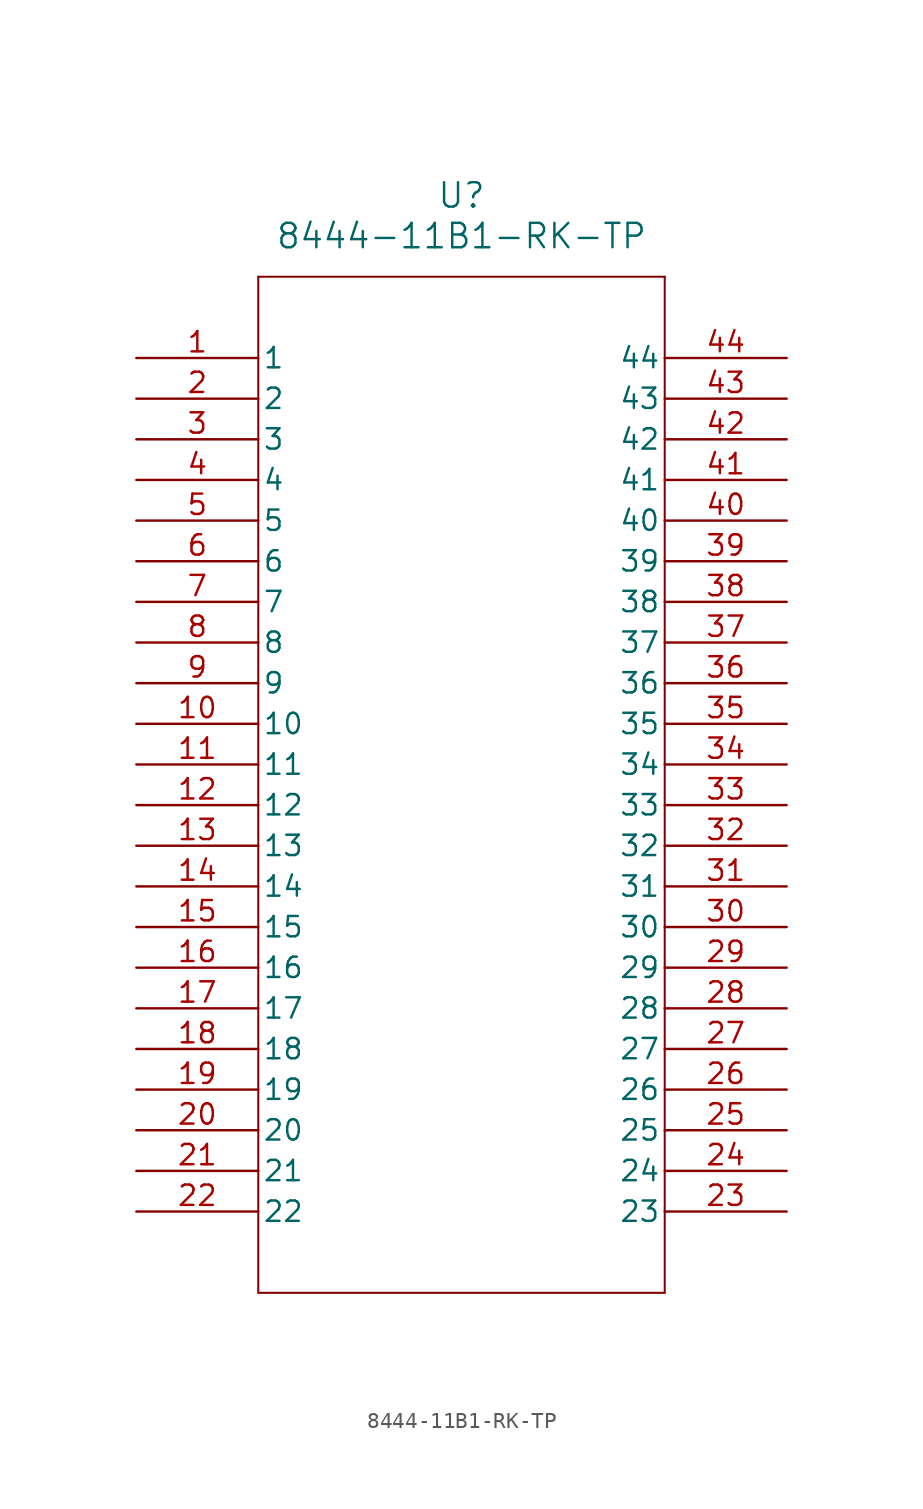
<source format=kicad_sym>
(kicad_symbol_lib
  (version 20211014)
  (generator kicad_symbol_editor)
  (symbol "8444-11B1-RK-TP"
    (pin_names
      (offset 0.254))
    (property "Reference" "U"
      (at 20.32 10.16 0)
      (effects (font (size 1.524 1.524))))
    (property "Value" "8444-11B1-RK-TP"
      (at 20.32 7.62 0)
      (effects (font (size 1.524 1.524))))
    (symbol "8444-11B1-RK-TP_0_1"
      (polyline (pts (xy 7.62 5.08) (xy 7.62 -58.42)) (stroke (width 0.127) (type default) (color 0 0 0 0)) (fill (type none)))
      (polyline (pts (xy 7.62 -58.42) (xy 33.02 -58.42)) (stroke (width 0.127) (type default) (color 0 0 0 0)) (fill (type none)))
      (polyline (pts (xy 33.02 -58.42) (xy 33.02 5.08)) (stroke (width 0.127) (type default) (color 0 0 0 0)) (fill (type none)))
      (polyline (pts (xy 33.02 5.08) (xy 7.62 5.08)) (stroke (width 0.127) (type default) (color 0 0 0 0)) (fill (type none)))
      (pin unspecified line (at 0 0 0) (length 7.62) (name "1" (effects (font (size 1.27 1.27)))) (number "1" (effects (font (size 1.27 1.27)))))
      (pin unspecified line (at 0 -2.54 0) (length 7.62) (name "2" (effects (font (size 1.27 1.27)))) (number "2" (effects (font (size 1.27 1.27)))))
      (pin unspecified line (at 0 -5.08 0) (length 7.62) (name "3" (effects (font (size 1.27 1.27)))) (number "3" (effects (font (size 1.27 1.27)))))
      (pin unspecified line (at 0 -7.62 0) (length 7.62) (name "4" (effects (font (size 1.27 1.27)))) (number "4" (effects (font (size 1.27 1.27)))))
      (pin unspecified line (at 0 -10.16 0) (length 7.62) (name "5" (effects (font (size 1.27 1.27)))) (number "5" (effects (font (size 1.27 1.27)))))
      (pin unspecified line (at 0 -12.7 0) (length 7.62) (name "6" (effects (font (size 1.27 1.27)))) (number "6" (effects (font (size 1.27 1.27)))))
      (pin unspecified line (at 0 -15.24 0) (length 7.62) (name "7" (effects (font (size 1.27 1.27)))) (number "7" (effects (font (size 1.27 1.27)))))
      (pin unspecified line (at 0 -17.78 0) (length 7.62) (name "8" (effects (font (size 1.27 1.27)))) (number "8" (effects (font (size 1.27 1.27)))))
      (pin unspecified line (at 0 -20.32 0) (length 7.62) (name "9" (effects (font (size 1.27 1.27)))) (number "9" (effects (font (size 1.27 1.27)))))
      (pin unspecified line (at 0 -22.86 0) (length 7.62) (name "10" (effects (font (size 1.27 1.27)))) (number "10" (effects (font (size 1.27 1.27)))))
      (pin unspecified line (at 0 -25.4 0) (length 7.62) (name "11" (effects (font (size 1.27 1.27)))) (number "11" (effects (font (size 1.27 1.27)))))
      (pin unspecified line (at 0 -27.94 0) (length 7.62) (name "12" (effects (font (size 1.27 1.27)))) (number "12" (effects (font (size 1.27 1.27)))))
      (pin unspecified line (at 0 -30.48 0) (length 7.62) (name "13" (effects (font (size 1.27 1.27)))) (number "13" (effects (font (size 1.27 1.27)))))
      (pin unspecified line (at 0 -33.02 0) (length 7.62) (name "14" (effects (font (size 1.27 1.27)))) (number "14" (effects (font (size 1.27 1.27)))))
      (pin unspecified line (at 0 -35.56 0) (length 7.62) (name "15" (effects (font (size 1.27 1.27)))) (number "15" (effects (font (size 1.27 1.27)))))
      (pin unspecified line (at 0 -38.1 0) (length 7.62) (name "16" (effects (font (size 1.27 1.27)))) (number "16" (effects (font (size 1.27 1.27)))))
      (pin unspecified line (at 0 -40.64 0) (length 7.62) (name "17" (effects (font (size 1.27 1.27)))) (number "17" (effects (font (size 1.27 1.27)))))
      (pin unspecified line (at 0 -43.18 0) (length 7.62) (name "18" (effects (font (size 1.27 1.27)))) (number "18" (effects (font (size 1.27 1.27)))))
      (pin unspecified line (at 0 -45.72 0) (length 7.62) (name "19" (effects (font (size 1.27 1.27)))) (number "19" (effects (font (size 1.27 1.27)))))
      (pin unspecified line (at 0 -48.26 0) (length 7.62) (name "20" (effects (font (size 1.27 1.27)))) (number "20" (effects (font (size 1.27 1.27)))))
      (pin unspecified line (at 0 -50.8 0) (length 7.62) (name "21" (effects (font (size 1.27 1.27)))) (number "21" (effects (font (size 1.27 1.27)))))
      (pin unspecified line (at 0 -53.34 0) (length 7.62) (name "22" (effects (font (size 1.27 1.27)))) (number "22" (effects (font (size 1.27 1.27)))))
      (pin unspecified line (at 40.64 -53.34 180) (length 7.62) (name "23" (effects (font (size 1.27 1.27)))) (number "23" (effects (font (size 1.27 1.27)))))
      (pin unspecified line (at 40.64 -50.8 180) (length 7.62) (name "24" (effects (font (size 1.27 1.27)))) (number "24" (effects (font (size 1.27 1.27)))))
      (pin unspecified line (at 40.64 -48.26 180) (length 7.62) (name "25" (effects (font (size 1.27 1.27)))) (number "25" (effects (font (size 1.27 1.27)))))
      (pin unspecified line (at 40.64 -45.72 180) (length 7.62) (name "26" (effects (font (size 1.27 1.27)))) (number "26" (effects (font (size 1.27 1.27)))))
      (pin unspecified line (at 40.64 -43.18 180) (length 7.62) (name "27" (effects (font (size 1.27 1.27)))) (number "27" (effects (font (size 1.27 1.27)))))
      (pin unspecified line (at 40.64 -40.64 180) (length 7.62) (name "28" (effects (font (size 1.27 1.27)))) (number "28" (effects (font (size 1.27 1.27)))))
      (pin unspecified line (at 40.64 -38.1 180) (length 7.62) (name "29" (effects (font (size 1.27 1.27)))) (number "29" (effects (font (size 1.27 1.27)))))
      (pin unspecified line (at 40.64 -35.56 180) (length 7.62) (name "30" (effects (font (size 1.27 1.27)))) (number "30" (effects (font (size 1.27 1.27)))))
      (pin unspecified line (at 40.64 -33.02 180) (length 7.62) (name "31" (effects (font (size 1.27 1.27)))) (number "31" (effects (font (size 1.27 1.27)))))
      (pin unspecified line (at 40.64 -30.48 180) (length 7.62) (name "32" (effects (font (size 1.27 1.27)))) (number "32" (effects (font (size 1.27 1.27)))))
      (pin unspecified line (at 40.64 -27.94 180) (length 7.62) (name "33" (effects (font (size 1.27 1.27)))) (number "33" (effects (font (size 1.27 1.27)))))
      (pin unspecified line (at 40.64 -25.4 180) (length 7.62) (name "34" (effects (font (size 1.27 1.27)))) (number "34" (effects (font (size 1.27 1.27)))))
      (pin unspecified line (at 40.64 -22.86 180) (length 7.62) (name "35" (effects (font (size 1.27 1.27)))) (number "35" (effects (font (size 1.27 1.27)))))
      (pin unspecified line (at 40.64 -20.32 180) (length 7.62) (name "36" (effects (font (size 1.27 1.27)))) (number "36" (effects (font (size 1.27 1.27)))))
      (pin unspecified line (at 40.64 -17.78 180) (length 7.62) (name "37" (effects (font (size 1.27 1.27)))) (number "37" (effects (font (size 1.27 1.27)))))
      (pin unspecified line (at 40.64 -15.24 180) (length 7.62) (name "38" (effects (font (size 1.27 1.27)))) (number "38" (effects (font (size 1.27 1.27)))))
      (pin unspecified line (at 40.64 -12.7 180) (length 7.62) (name "39" (effects (font (size 1.27 1.27)))) (number "39" (effects (font (size 1.27 1.27)))))
      (pin unspecified line (at 40.64 -10.16 180) (length 7.62) (name "40" (effects (font (size 1.27 1.27)))) (number "40" (effects (font (size 1.27 1.27)))))
      (pin unspecified line (at 40.64 -7.62 180) (length 7.62) (name "41" (effects (font (size 1.27 1.27)))) (number "41" (effects (font (size 1.27 1.27)))))
      (pin unspecified line (at 40.64 -5.08 180) (length 7.62) (name "42" (effects (font (size 1.27 1.27)))) (number "42" (effects (font (size 1.27 1.27)))))
      (pin unspecified line (at 40.64 -2.54 180) (length 7.62) (name "43" (effects (font (size 1.27 1.27)))) (number "43" (effects (font (size 1.27 1.27)))))
      (pin unspecified line (at 40.64 0 180) (length 7.62) (name "44" (effects (font (size 1.27 1.27)))) (number "44" (effects (font (size 1.27 1.27))))))))
</source>
